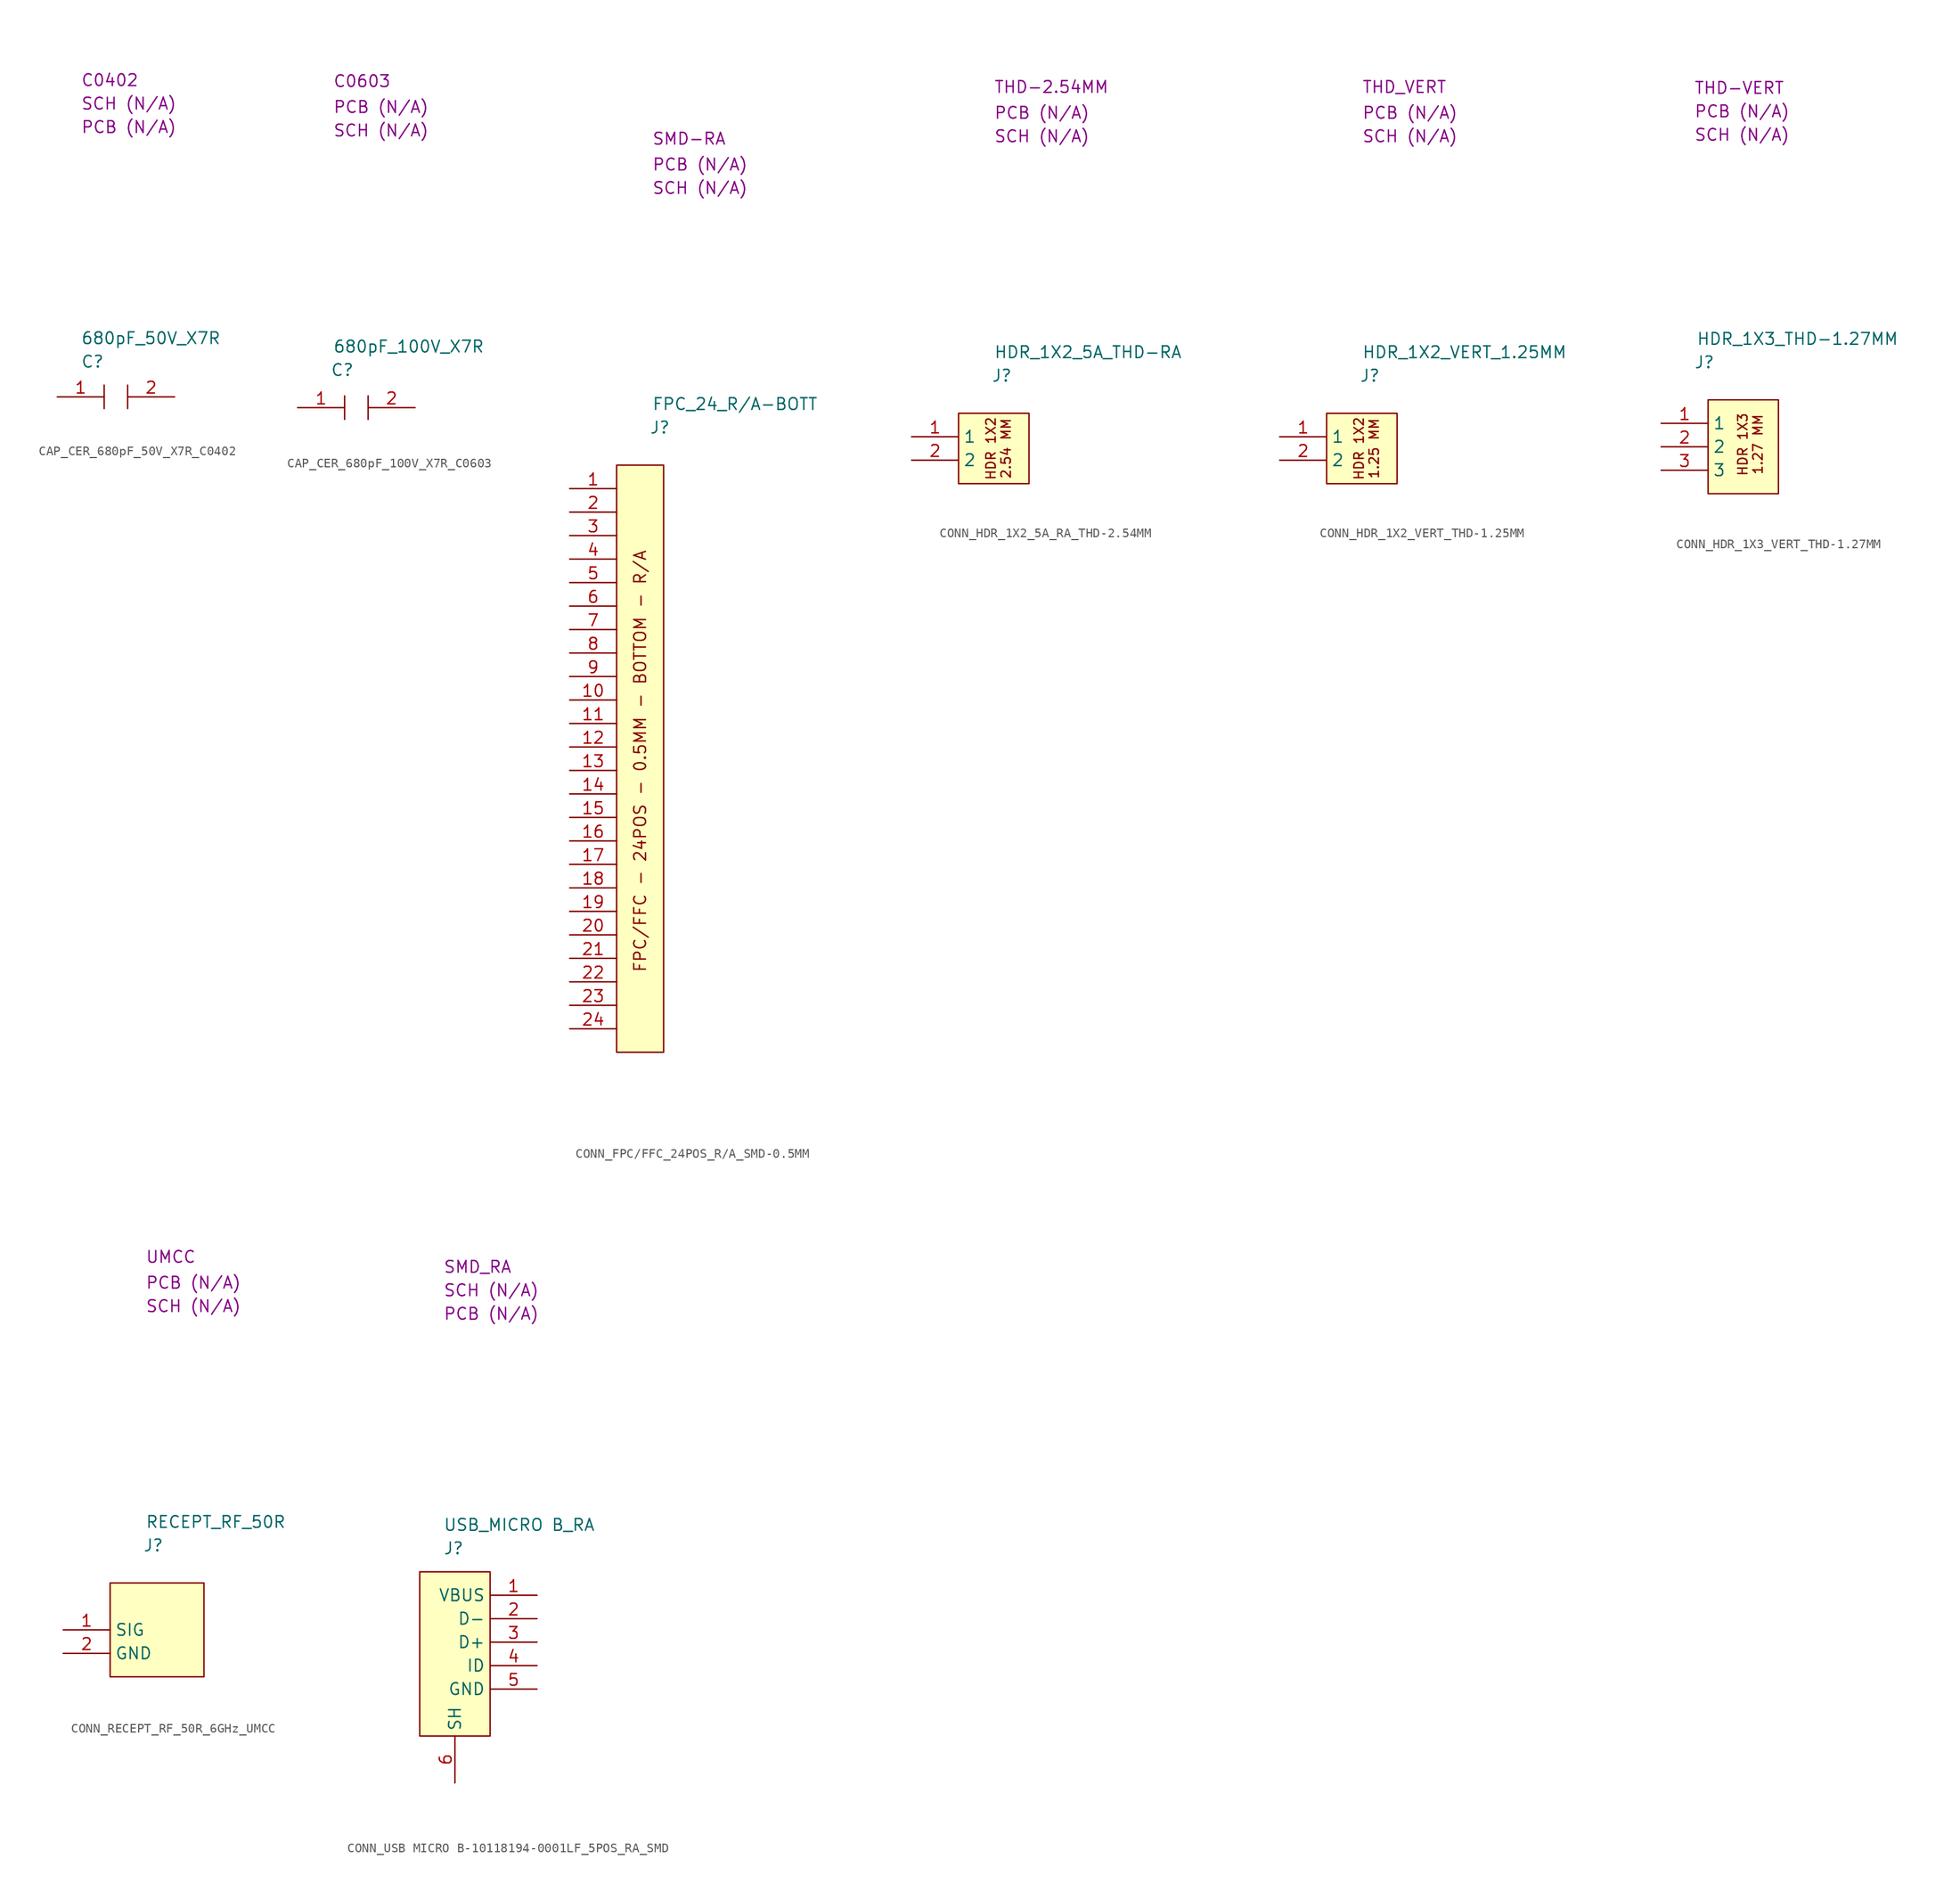
<source format=kicad_sym>
(kicad_symbol_lib
  (version 20231120)
  (generator "kicad_symbol_editor")
  (generator_version "8.0")
  (symbol "CAP_CER_680pF_50V_X7R_C0402"
    (property "Reference" "C"
      (at 2.54 3.81 0)
      (effects (font (size 1.27 1.27)) (justify left)))
    (property "Value" "680pF_50V_X7R"
      (at 2.54 6.35 0)
      (effects (font (size 1.27 1.27)) (justify left)))
    (property "Package" "C0402"
      (at 2.54 34.29 0)
      (effects (font (size 1.27 1.27)) (justify left)))
    (property "SCH CHECK" "SCH (N/A)"
      (at 2.54 31.75 0)
      (effects (font (size 1.27 1.27)) (justify left)))
    (property "PCB CHECk" "PCB (N/A)"
      (at 2.54 29.21 0)
      (effects (font (size 1.27 1.27)) (justify left)))
    (symbol "CAP_CER_680pF_50V_X7R_C0402_0_0"
      (polyline (pts (xy 5.08 1.27) (xy 5.08 -1.27)) (stroke (width 0) (type default)) (fill (type none)))
      (polyline (pts (xy 7.62 1.27) (xy 7.62 -1.27)) (stroke (width 0) (type default)) (fill (type none))))
    (symbol "CAP_CER_680pF_50V_X7R_C0402_1_1"
      (pin passive line (at 0 0 0) (length 5.08) (name "" (effects (font (size 1.27 1.27)))) (number "1" (effects (font (size 1.27 1.27)))))
      (pin passive line (at 12.7 0 180) (length 5.08) (name "" (effects (font (size 1.27 1.27)))) (number "2" (effects (font (size 1.27 1.27)))))))
  (symbol "CAP_CER_680pF_100V_X7R_C0603"
    (property "Reference" "C"
      (at 3.556 4.064 0)
      (effects (font (size 1.27 1.27)) (justify left)))
    (property "Value" "680pF_100V_X7R"
      (at 3.81 6.604 0)
      (effects (font (size 1.27 1.27)) (justify left)))
    (property "Package" "C0603"
      (at 3.81 35.306 0)
      (effects (font (size 1.27 1.27)) (justify left)))
    (property "SCH CHECK" "SCH (N/A)"
      (at 3.81 29.972 0)
      (effects (font (size 1.27 1.27)) (justify left)))
    (property "PCB CHECK" "PCB (N/A)"
      (at 3.81 32.512 0)
      (effects (font (size 1.27 1.27)) (justify left)))
    (symbol "CAP_CER_680pF_100V_X7R_C0603_0_0"
      (polyline (pts (xy 5.08 1.27) (xy 5.08 -1.27)) (stroke (width 0) (type default)) (fill (type none)))
      (polyline (pts (xy 7.62 1.27) (xy 7.62 -1.27)) (stroke (width 0) (type default)) (fill (type none))))
    (symbol "CAP_CER_680pF_100V_X7R_C0603_1_1"
      (pin passive line (at 0 0 0) (length 5.08) (name "" (effects (font (size 1.27 1.27)))) (number "1" (effects (font (size 1.27 1.27)))))
      (pin passive line (at 12.7 0 180) (length 5.08) (name "" (effects (font (size 1.27 1.27)))) (number "2" (effects (font (size 1.27 1.27)))))))
  (symbol "CONN_FPC/FFC_24POS_R/A_SMD-0.5MM"
    (property "Reference" "J"
      (at 3.556 4.064 0)
      (effects (font (size 1.27 1.27)) (justify left)))
    (property "Value" "FPC_24_R/A-BOTT"
      (at 3.81 6.604 0)
      (effects (font (size 1.27 1.27)) (justify left)))
    (property "Package" "SMD-RA"
      (at 3.81 35.306 0)
      (effects (font (size 1.27 1.27)) (justify left)))
    (property "SCH CHECK" "SCH (N/A)"
      (at 3.81 29.972 0)
      (effects (font (size 1.27 1.27)) (justify left)))
    (property "PCB CHECK" "PCB (N/A)"
      (at 3.81 32.512 0)
      (effects (font (size 1.27 1.27)) (justify left)))
    (symbol "CONN_FPC/FFC_24POS_R/A_SMD-0.5MM_1_1"
      (rectangle (start 0 0) (end 5.08 -63.5) (stroke (width 0) (type default)) (fill (type background)))
      (text "FPC/FFC - 24POS - 0.5MM - BOTTOM - R/A" (at 2.54 -32.004 900) (effects (font (size 1.27 1.27))))
      (pin passive line (at -5.08 -2.54 0) (length 5.08) (name "" (effects (font (size 1.27 1.27)))) (number "1" (effects (font (size 1.27 1.27)))))
      (pin passive line (at -5.08 -25.4 0) (length 5.08) (name "" (effects (font (size 1.27 1.27)))) (number "10" (effects (font (size 1.27 1.27)))))
      (pin passive line (at -5.08 -27.94 0) (length 5.08) (name "" (effects (font (size 1.27 1.27)))) (number "11" (effects (font (size 1.27 1.27)))))
      (pin passive line (at -5.08 -30.48 0) (length 5.08) (name "" (effects (font (size 1.27 1.27)))) (number "12" (effects (font (size 1.27 1.27)))))
      (pin passive line (at -5.08 -33.02 0) (length 5.08) (name "" (effects (font (size 1.27 1.27)))) (number "13" (effects (font (size 1.27 1.27)))))
      (pin passive line (at -5.08 -35.56 0) (length 5.08) (name "" (effects (font (size 1.27 1.27)))) (number "14" (effects (font (size 1.27 1.27)))))
      (pin passive line (at -5.08 -38.1 0) (length 5.08) (name "" (effects (font (size 1.27 1.27)))) (number "15" (effects (font (size 1.27 1.27)))))
      (pin passive line (at -5.08 -40.64 0) (length 5.08) (name "" (effects (font (size 1.27 1.27)))) (number "16" (effects (font (size 1.27 1.27)))))
      (pin passive line (at -5.08 -43.18 0) (length 5.08) (name "" (effects (font (size 1.27 1.27)))) (number "17" (effects (font (size 1.27 1.27)))))
      (pin passive line (at -5.08 -45.72 0) (length 5.08) (name "" (effects (font (size 1.27 1.27)))) (number "18" (effects (font (size 1.27 1.27)))))
      (pin passive line (at -5.08 -48.26 0) (length 5.08) (name "" (effects (font (size 1.27 1.27)))) (number "19" (effects (font (size 1.27 1.27)))))
      (pin passive line (at -5.08 -5.08 0) (length 5.08) (name "" (effects (font (size 1.27 1.27)))) (number "2" (effects (font (size 1.27 1.27)))))
      (pin passive line (at -5.08 -50.8 0) (length 5.08) (name "" (effects (font (size 1.27 1.27)))) (number "20" (effects (font (size 1.27 1.27)))))
      (pin passive line (at -5.08 -53.34 0) (length 5.08) (name "" (effects (font (size 1.27 1.27)))) (number "21" (effects (font (size 1.27 1.27)))))
      (pin passive line (at -5.08 -55.88 0) (length 5.08) (name "" (effects (font (size 1.27 1.27)))) (number "22" (effects (font (size 1.27 1.27)))))
      (pin passive line (at -5.08 -58.42 0) (length 5.08) (name "" (effects (font (size 1.27 1.27)))) (number "23" (effects (font (size 1.27 1.27)))))
      (pin passive line (at -5.08 -60.96 0) (length 5.08) (name "" (effects (font (size 1.27 1.27)))) (number "24" (effects (font (size 1.27 1.27)))))
      (pin passive line (at -5.08 -7.62 0) (length 5.08) (name "" (effects (font (size 1.27 1.27)))) (number "3" (effects (font (size 1.27 1.27)))))
      (pin passive line (at -5.08 -10.16 0) (length 5.08) (name "" (effects (font (size 1.27 1.27)))) (number "4" (effects (font (size 1.27 1.27)))))
      (pin passive line (at -5.08 -12.7 0) (length 5.08) (name "" (effects (font (size 1.27 1.27)))) (number "5" (effects (font (size 1.27 1.27)))))
      (pin passive line (at -5.08 -15.24 0) (length 5.08) (name "" (effects (font (size 1.27 1.27)))) (number "6" (effects (font (size 1.27 1.27)))))
      (pin passive line (at -5.08 -17.78 0) (length 5.08) (name "" (effects (font (size 1.27 1.27)))) (number "7" (effects (font (size 1.27 1.27)))))
      (pin passive line (at -5.08 -20.32 0) (length 5.08) (name "" (effects (font (size 1.27 1.27)))) (number "8" (effects (font (size 1.27 1.27)))))
      (pin passive line (at -5.08 -22.86 0) (length 5.08) (name "" (effects (font (size 1.27 1.27)))) (number "9" (effects (font (size 1.27 1.27)))))))
  (symbol "CONN_HDR_1X2_5A_RA_THD-2.54MM"
    (property "Reference" "J"
      (at 3.556 4.064 0)
      (effects (font (size 1.27 1.27)) (justify left)))
    (property "Value" "HDR_1X2_5A_THD-RA"
      (at 3.81 6.604 0)
      (effects (font (size 1.27 1.27)) (justify left)))
    (property "Package" "THD-2.54MM"
      (at 3.81 35.306 0)
      (effects (font (size 1.27 1.27)) (justify left)))
    (property "SCH CHECK" "SCH (N/A)"
      (at 3.81 29.972 0)
      (effects (font (size 1.27 1.27)) (justify left)))
    (property "PCB CHECK" "PCB (N/A)"
      (at 3.81 32.512 0)
      (effects (font (size 1.27 1.27)) (justify left)))
    (symbol "CONN_HDR_1X2_5A_RA_THD-2.54MM_1_1"
      (rectangle (start 0 0) (end 7.62 -7.62) (stroke (width 0) (type default)) (fill (type background)))
      (text "HDR 1X2\n2.54 MM" (at 4.318 -3.81 900) (effects (font (size 1.016 1.016))))
      (pin passive line (at -5.08 -2.54 0) (length 5.08) (name "1" (effects (font (size 1.27 1.27)))) (number "1" (effects (font (size 1.27 1.27)))))
      (pin passive line (at -5.08 -5.08 0) (length 5.08) (name "2" (effects (font (size 1.27 1.27)))) (number "2" (effects (font (size 1.27 1.27)))))))
  (symbol "CONN_HDR_1X2_VERT_THD-1.25MM"
    (property "Reference" "J"
      (at 3.556 4.064 0)
      (effects (font (size 1.27 1.27)) (justify left)))
    (property "Value" "HDR_1X2_VERT_1.25MM"
      (at 3.81 6.604 0)
      (effects (font (size 1.27 1.27)) (justify left)))
    (property "Package" "THD_VERT"
      (at 3.81 35.306 0)
      (effects (font (size 1.27 1.27)) (justify left)))
    (property "SCH CHECK" "SCH (N/A)"
      (at 3.81 29.972 0)
      (effects (font (size 1.27 1.27)) (justify left)))
    (property "PCB CHECK" "PCB (N/A)"
      (at 3.81 32.512 0)
      (effects (font (size 1.27 1.27)) (justify left)))
    (symbol "CONN_HDR_1X2_VERT_THD-1.25MM_1_1"
      (rectangle (start 0 0) (end 7.62 -7.62) (stroke (width 0) (type default)) (fill (type background)))
      (text "HDR 1X2\n1.25 MM" (at 4.318 -3.81 900) (effects (font (size 1.016 1.016))))
      (pin passive line (at -5.08 -2.54 0) (length 5.08) (name "1" (effects (font (size 1.27 1.27)))) (number "1" (effects (font (size 1.27 1.27)))))
      (pin passive line (at -5.08 -5.08 0) (length 5.08) (name "2" (effects (font (size 1.27 1.27)))) (number "2" (effects (font (size 1.27 1.27)))))))
  (symbol "CONN_HDR_1X3_VERT_THD-1.27MM"
    (property "Reference" "J"
      (at 3.556 4.064 0)
      (effects (font (size 1.27 1.27)) (justify left)))
    (property "Value" "HDR_1X3_THD-1.27MM"
      (at 3.81 6.604 0)
      (effects (font (size 1.27 1.27)) (justify left)))
    (property "Package" "THD-VERT"
      (at 3.556 33.782 0)
      (effects (font (size 1.27 1.27)) (justify left)))
    (property "SCH CHECK" "SCH (N/A)"
      (at 3.556 28.702 0)
      (effects (font (size 1.27 1.27)) (justify left)))
    (property "PCB CHECK" "PCB (N/A)"
      (at 3.556 31.242 0)
      (effects (font (size 1.27 1.27)) (justify left)))
    (symbol "CONN_HDR_1X3_VERT_THD-1.27MM_1_1"
      (rectangle (start 5.08 0) (end 12.7 -10.16) (stroke (width 0) (type default)) (fill (type background)))
      (text "HDR 1X3\n1.27 MM" (at 9.652 -4.826 900) (effects (font (size 1.016 1.016))))
      (pin passive line (at 0 -2.54 0) (length 5.08) (name "1" (effects (font (size 1.27 1.27)))) (number "1" (effects (font (size 1.27 1.27)))))
      (pin passive line (at 0 -5.08 0) (length 5.08) (name "2" (effects (font (size 1.27 1.27)))) (number "2" (effects (font (size 1.27 1.27)))))
      (pin passive line (at 0 -7.62 0) (length 5.08) (name "3" (effects (font (size 1.27 1.27)))) (number "3" (effects (font (size 1.27 1.27)))))))
  (symbol "CONN_RECEPT_RF_50R_6GHz_UMCC"
    (property "Reference" "J"
      (at 3.556 4.064 0)
      (effects (font (size 1.27 1.27)) (justify left)))
    (property "Value" "RECEPT_RF_50R"
      (at 3.81 6.604 0)
      (effects (font (size 1.27 1.27)) (justify left)))
    (property "Package" "UMCC"
      (at 3.81 35.306 0)
      (effects (font (size 1.27 1.27)) (justify left)))
    (property "SCH CHECK" "SCH (N/A)"
      (at 3.81 29.972 0)
      (effects (font (size 1.27 1.27)) (justify left)))
    (property "PCB CHECK" "PCB (N/A)"
      (at 3.81 32.512 0)
      (effects (font (size 1.27 1.27)) (justify left)))
    (symbol "CONN_RECEPT_RF_50R_6GHz_UMCC_1_1"
      (rectangle (start 0 0) (end 10.16 -10.16) (stroke (width 0) (type default)) (fill (type background)))
      (pin passive line (at -5.08 -5.08 0) (length 5.08) (name "SIG" (effects (font (size 1.27 1.27)))) (number "1" (effects (font (size 1.27 1.27)))))
      (pin passive line (at -5.08 -7.62 0) (length 5.08) (name "GND" (effects (font (size 1.27 1.27)))) (number "2" (effects (font (size 1.27 1.27)))))))
  (symbol "CONN_USB MICRO B-10118194-0001LF_5POS_RA_SMD"
    (property "Reference" "J"
      (at 2.54 2.54 0)
      (effects (font (size 1.27 1.27)) (justify left)))
    (property "Value" "USB_MICRO B_RA"
      (at 2.54 5.08 0)
      (effects (font (size 1.27 1.27)) (justify left)))
    (property "SCH CHECK" "SCH (N/A)"
      (at 2.54 30.48 0)
      (effects (font (size 1.27 1.27)) (justify left)))
    (property "Package" "SMD_RA"
      (at 2.54 33.02 0)
      (effects (font (size 1.27 1.27)) (justify left)))
    (property "PCB CHECk" "PCB (N/A)"
      (at 2.54 27.94 0)
      (effects (font (size 1.27 1.27)) (justify left)))
    (symbol "CONN_USB MICRO B-10118194-0001LF_5POS_RA_SMD_0_1"
      (rectangle (start 0 0) (end 7.62 -17.78) (stroke (width 0) (type default)) (fill (type background))))
    (symbol "CONN_USB MICRO B-10118194-0001LF_5POS_RA_SMD_1_1"
      (pin passive line (at 12.7 -2.54 180) (length 5.08) (name "VBUS" (effects (font (size 1.27 1.27)))) (number "1" (effects (font (size 1.27 1.27)))))
      (pin passive line (at 12.7 -5.08 180) (length 5.08) (name "D-" (effects (font (size 1.27 1.27)))) (number "2" (effects (font (size 1.27 1.27)))))
      (pin passive line (at 12.7 -7.62 180) (length 5.08) (name "D+" (effects (font (size 1.27 1.27)))) (number "3" (effects (font (size 1.27 1.27)))))
      (pin passive line (at 12.7 -10.16 180) (length 5.08) (name "ID" (effects (font (size 1.27 1.27)))) (number "4" (effects (font (size 1.27 1.27)))))
      (pin passive line (at 12.7 -12.7 180) (length 5.08) (name "GND" (effects (font (size 1.27 1.27)))) (number "5" (effects (font (size 1.27 1.27)))))
      (pin passive line (at 3.81 -22.86 90) (length 5.08) (name "SH" (effects (font (size 1.27 1.27)))) (number "6" (effects (font (size 1.27 1.27))))))))
</source>
